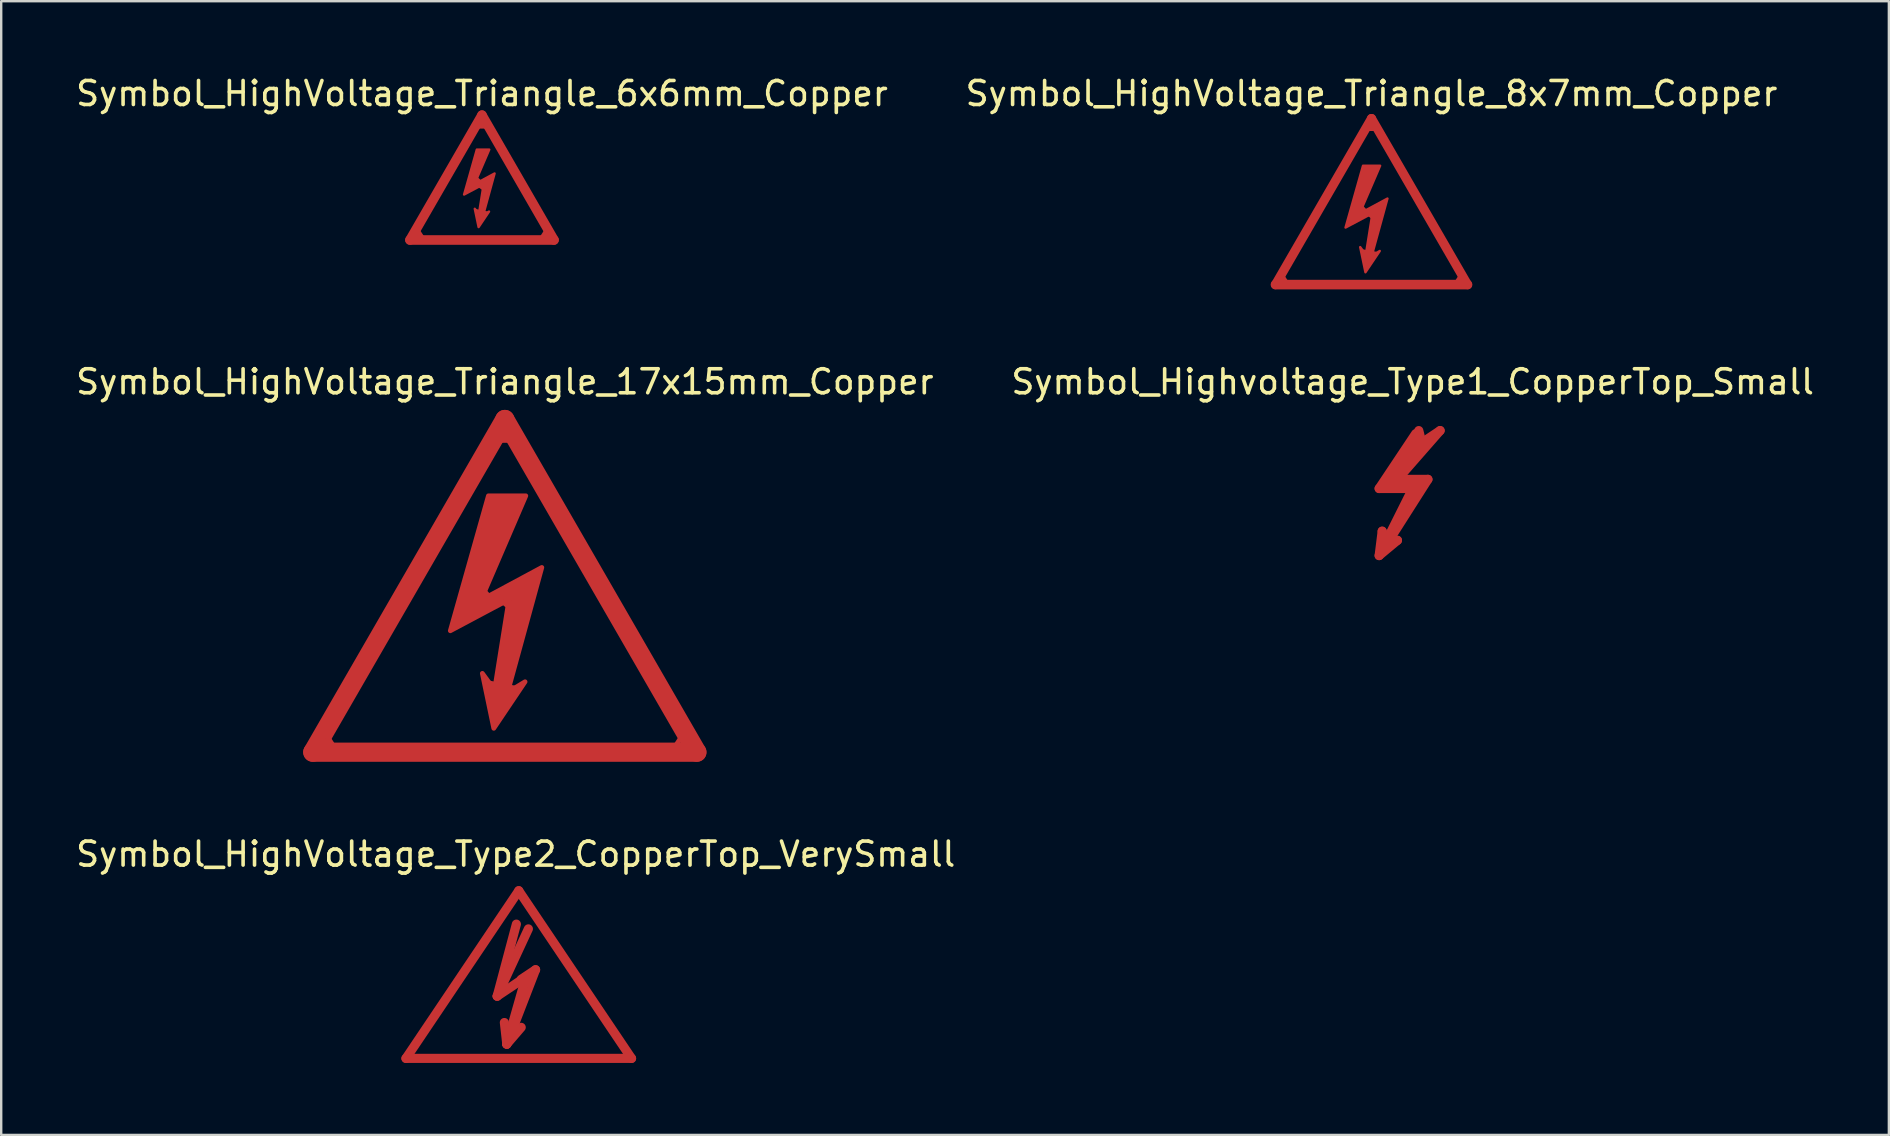
<source format=kicad_pcb>
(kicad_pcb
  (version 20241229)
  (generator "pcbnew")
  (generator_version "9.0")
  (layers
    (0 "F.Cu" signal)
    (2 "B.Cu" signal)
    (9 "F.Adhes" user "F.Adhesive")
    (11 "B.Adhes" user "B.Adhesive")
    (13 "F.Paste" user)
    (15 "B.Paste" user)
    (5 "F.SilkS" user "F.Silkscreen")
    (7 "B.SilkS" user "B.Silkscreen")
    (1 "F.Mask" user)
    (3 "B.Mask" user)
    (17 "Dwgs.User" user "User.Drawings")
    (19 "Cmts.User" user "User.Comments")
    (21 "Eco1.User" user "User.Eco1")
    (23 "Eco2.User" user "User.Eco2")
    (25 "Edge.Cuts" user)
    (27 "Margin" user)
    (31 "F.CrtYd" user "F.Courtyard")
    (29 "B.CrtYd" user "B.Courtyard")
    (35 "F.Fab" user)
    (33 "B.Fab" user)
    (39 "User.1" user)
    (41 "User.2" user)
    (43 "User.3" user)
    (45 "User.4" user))
  (footprint "Symbol_HighVoltage_Triangle_8x7mm_Copper"
    (layer "F.Cu")
    (at 54.089 5.348)
    (property "Reference" "Symbol_HighVoltage_Triangle_8x7mm_Copper" (at 0 -4.5 0) (layer "F.SilkS") (effects (font (size 1 1) (thickness 0.15))))
    (attr exclude_from_pos_files exclude_from_bom)
    (fp_line (start -4 3.46) (end 0 -3.46) (stroke (width 0.381) (type solid)) (layer "F.Cu"))
    (fp_line (start -3.51 3.44) (end -3.776 3.031) (stroke (width 0.2) (type default)) (layer "F.Cu"))
    (fp_line (start -0.45 0.215) (end -0.24 0.44) (stroke (width 0.2) (type default)) (layer "F.Cu"))
    (fp_line (start -0.34 2.095) (end 0.17 2.185) (stroke (width 0.2) (type default)) (layer "F.Cu"))
    (fp_line (start -0.15 -3.04) (end 0.16 -3.04) (stroke (width 0.2) (type default)) (layer "F.Cu"))
    (fp_line (start -0.133 0.479) (end 0.113 0.681) (stroke (width 0.2) (type default)) (layer "F.Cu"))
    (fp_line (start 0 -3.46) (end 4 3.46) (stroke (width 0.381) (type solid)) (layer "F.Cu"))
    (fp_line (start 3.51 3.44) (end 3.776 3.031) (stroke (width 0.2) (type default)) (layer "F.Cu"))
    (fp_line (start 4 3.46) (end -4 3.46) (stroke (width 0.4) (type solid)) (layer "F.Cu"))
    (fp_poly (pts (xy -0.5 0.5) (xy 0.664 -0.126) (xy 0.009 2.261) (xy 0.344 2.057) (xy -0.253 2.945) (xy -0.471 1.897) (xy -0.238 2.217) (xy 0.038 0.485) (xy -1.082 1.082) (xy -0.354 -1.494) (xy 0.359 -1.494)) (stroke (width 0.1) (type solid)) (fill yes) (layer "F.Cu")))
  (footprint "Symbol_Highvoltage_Type1_CopperTop_Small"
    (layer "F.Cu")
    (at 54.788 18.064)
    (property "Reference" "Symbol_Highvoltage_Type1_CopperTop_Small" (at 1.016 -5.207 0) (layer "F.SilkS") (effects (font (size 1 1) (thickness 0.15))))
    (attr exclude_from_pos_files exclude_from_bom)
    (fp_line (start -0.381 -0.762) (end 1.016 -0.762) (stroke (width 0.381) (type solid)) (layer "F.Cu"))
    (fp_line (start -0.381 2.032) (end 0.381 1.397) (stroke (width 0.381) (type solid)) (layer "F.Cu"))
    (fp_line (start -0.254 1.016) (end -0.381 2.032) (stroke (width 0.381) (type solid)) (layer "F.Cu"))
    (fp_line (start -0.127 1.524) (end -0.254 1.016) (stroke (width 0.381) (type solid)) (layer "F.Cu"))
    (fp_line (start -0.127 1.651) (end 1.651 -1.143) (stroke (width 0.381) (type solid)) (layer "F.Cu"))
    (fp_line (start 0 -0.889) (end 1.27 -0.889) (stroke (width 0.381) (type solid)) (layer "F.Cu"))
    (fp_line (start 0.381 -1.143) (end 2.159 -3.175) (stroke (width 0.381) (type solid)) (layer "F.Cu"))
    (fp_line (start 0.381 1.397) (end -0.127 1.651) (stroke (width 0.381) (type solid)) (layer "F.Cu"))
    (fp_line (start 1.016 -0.762) (end -0.127 1.524) (stroke (width 0.381) (type solid)) (layer "F.Cu"))
    (fp_line (start 1.143 -3.048) (end -0.381 -0.762) (stroke (width 0.381) (type solid)) (layer "F.Cu"))
    (fp_line (start 1.397 -2.794) (end 0 -0.889) (stroke (width 0.381) (type solid)) (layer "F.Cu"))
    (fp_line (start 1.397 -2.667) (end 1.27 -3.175) (stroke (width 0.381) (type solid)) (layer "F.Cu"))
    (fp_line (start 1.651 -1.143) (end 0.381 -1.143) (stroke (width 0.381) (type solid)) (layer "F.Cu"))
    (fp_line (start 2.159 -3.175) (end 1.397 -2.667) (stroke (width 0.381) (type solid)) (layer "F.Cu")))
  (footprint "Symbol_HighVoltage_Type2_CopperTop_VerySmall"
    (layer "F.Cu")
    (at 18.562 38.25)
    (property "Reference" "Symbol_HighVoltage_Type2_CopperTop_VerySmall" (at -0.127 -5.715 0) (layer "F.SilkS") (effects (font (size 1 1) (thickness 0.15))))
    (attr exclude_from_pos_files exclude_from_bom)
    (fp_line (start -4.699 2.794) (end 0 -4.191) (stroke (width 0.381) (type solid)) (layer "F.Cu"))
    (fp_line (start -0.899 0.201) (end 0.3 -0.599) (stroke (width 0.381) (type solid)) (layer "F.Cu"))
    (fp_line (start -0.899 0.201) (end 0.401 -2.601) (stroke (width 0.381) (type solid)) (layer "F.Cu"))
    (fp_line (start -0.498 2.2) (end -0.599 1.3) (stroke (width 0.381) (type solid)) (layer "F.Cu"))
    (fp_line (start -0.498 2.2) (end 0.102 1.501) (stroke (width 0.381) (type solid)) (layer "F.Cu"))
    (fp_line (start -0.498 2.2) (end 0.701 -0.899) (stroke (width 0.381) (type solid)) (layer "F.Cu"))
    (fp_line (start -0.099 -2.799) (end -0.899 0.201) (stroke (width 0.381) (type solid)) (layer "F.Cu"))
    (fp_line (start 0 -4.191) (end 4.699 2.794) (stroke (width 0.381) (type solid)) (layer "F.Cu"))
    (fp_line (start 0.3 -0.599) (end -0.498 2.2) (stroke (width 0.381) (type solid)) (layer "F.Cu"))
    (fp_line (start 0.701 -0.899) (end 0.102 -0.5) (stroke (width 0.381) (type solid)) (layer "F.Cu"))
    (fp_line (start 4.699 2.794) (end -4.699 2.794) (stroke (width 0.381) (type solid)) (layer "F.Cu")))
  (footprint "Symbol_HighVoltage_Triangle_6x6mm_Copper"
    (layer "F.Cu")
    (at 17.03 4.348)
    (property "Reference" "Symbol_HighVoltage_Triangle_6x6mm_Copper" (at 0 -3.5 0) (layer "F.SilkS") (effects (font (size 1 1) (thickness 0.15))))
    (attr exclude_from_pos_files exclude_from_bom)
    (fp_line (start -3 2.6) (end 0 -2.6) (stroke (width 0.4) (type solid)) (layer "F.Cu"))
    (fp_line (start -2.457 2.565) (end -2.723 2.155) (stroke (width 0.2) (type default)) (layer "F.Cu"))
    (fp_line (start -0.28 0.03) (end -0.08 0.21) (stroke (width 0.2) (type default)) (layer "F.Cu"))
    (fp_line (start -0.26 1.36) (end 0.21 1.46) (stroke (width 0.102) (type default)) (layer "F.Cu"))
    (fp_line (start -0.135 0.295) (end 0.115 0.465) (stroke (width 0.2) (type default)) (layer "F.Cu"))
    (fp_line (start -0.125 -2.14) (end 0.125 -2.14) (stroke (width 0.2) (type default)) (layer "F.Cu"))
    (fp_line (start 0 -2.6) (end 3 2.6) (stroke (width 0.4) (type solid)) (layer "F.Cu"))
    (fp_line (start 2.467 2.565) (end 2.733 2.155) (stroke (width 0.2) (type default)) (layer "F.Cu"))
    (fp_line (start 3 2.6) (end -3 2.6) (stroke (width 0.4) (type solid)) (layer "F.Cu"))
    (fp_poly (pts (xy -0.321 0.284) (xy 0.525 -0.171) (xy 0.049 1.565) (xy 0.293 1.416) (xy -0.141 2.062) (xy -0.3 1.3) (xy -0.131 1.533) (xy 0.07 0.273) (xy -0.745 0.707) (xy -0.215 -1.166) (xy 0.303 -1.166)) (stroke (width 0.1) (type solid)) (fill yes) (layer "F.Cu")))
  (footprint "Symbol_HighVoltage_Triangle_17x15mm_Copper"
    (layer "F.Cu")
    (at 17.982 21.357)
    (property "Reference" "Symbol_HighVoltage_Triangle_17x15mm_Copper" (at 0 -8.5 0) (layer "F.SilkS") (effects (font (size 1 1) (thickness 0.15))))
    (attr exclude_from_pos_files exclude_from_bom)
    (fp_line (start -8 6.93) (end 0 -6.93) (stroke (width 0.8) (type solid)) (layer "F.Cu"))
    (fp_line (start -7.127 6.695) (end -7.393 6.285) (stroke (width 0.2) (type default)) (layer "F.Cu"))
    (fp_line (start -0.91 0.16) (end -0.63 0.47) (stroke (width 0.2) (type default)) (layer "F.Cu"))
    (fp_line (start -0.64 4.05) (end 0.48 4.27) (stroke (width 0.2) (type default)) (layer "F.Cu"))
    (fp_line (start -0.63 0.47) (end -0.1 0.66) (stroke (width 0.2) (type default)) (layer "F.Cu"))
    (fp_line (start -0.26 -6.06) (end 0.26 -6.06) (stroke (width 0.2) (type default)) (layer "F.Cu"))
    (fp_line (start -0.1 0.66) (end 0.24 0.93) (stroke (width 0.2) (type default)) (layer "F.Cu"))
    (fp_line (start 7.107 6.675) (end 7.373 6.265) (stroke (width 0.2) (type default)) (layer "F.Cu"))
    (fp_line (start 8 6.93) (end -8 6.93) (stroke (width 0.8) (type solid)) (layer "F.Cu"))
    (fp_line (start 8 6.93) (end 0 -6.93) (stroke (width 0.8) (type solid)) (layer "F.Cu"))
    (fp_poly (pts (xy -1 0.6) (xy 1.54 -0.765) (xy 0.111 4.442) (xy 0.842 3.997) (xy -0.46 5.934) (xy -0.936 3.648) (xy -0.428 4.346) (xy 0.175 0.568) (xy -2.27 1.87) (xy -0.683 -3.75) (xy 0.873 -3.75)) (stroke (width 0.2) (type solid)) (fill yes) (layer "F.Cu")))
  (gr_rect
    (start -3 -3)
    (end 75.643 44.234)
    (stroke (width 0.1) (type default))
    (fill no)
    (layer "Edge.Cuts")))
</source>
